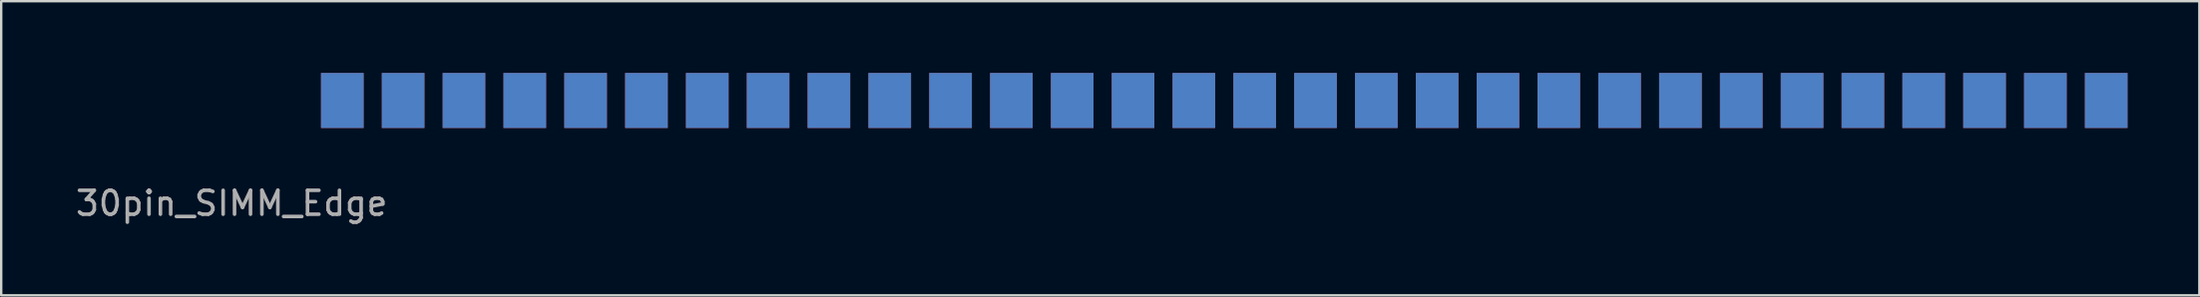
<source format=kicad_pcb>
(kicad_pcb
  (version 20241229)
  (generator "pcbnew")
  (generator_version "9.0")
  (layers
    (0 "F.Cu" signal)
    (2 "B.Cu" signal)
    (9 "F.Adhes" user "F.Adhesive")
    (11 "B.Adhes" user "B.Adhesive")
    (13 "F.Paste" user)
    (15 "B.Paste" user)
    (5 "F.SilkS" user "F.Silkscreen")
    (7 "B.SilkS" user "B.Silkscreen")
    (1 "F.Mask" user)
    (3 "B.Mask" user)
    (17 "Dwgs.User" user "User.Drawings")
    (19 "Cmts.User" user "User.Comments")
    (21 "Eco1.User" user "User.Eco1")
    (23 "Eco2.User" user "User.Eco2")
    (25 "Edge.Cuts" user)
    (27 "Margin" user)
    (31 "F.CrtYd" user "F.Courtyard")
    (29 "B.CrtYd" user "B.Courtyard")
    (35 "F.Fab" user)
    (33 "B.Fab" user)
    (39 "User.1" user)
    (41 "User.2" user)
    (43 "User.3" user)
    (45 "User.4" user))
  (footprint "30pin_SIMM_Edge"
    (layer "F.Cu")
    (at 3.625 2.45)
    (property "Reference" "30pin_SIMM_Edge" (at 3 3 0) (layer "F.Fab") (effects (font (size 1 1) (thickness 0.15))))
    (attr smd)
    (pad "1" connect rect (at 7.62 -1.3) (size 1.78 2.3) (layers "F.Cu" "F.Mask"))
    (pad "1" connect rect (at 7.62 -1.3) (size 1.78 2.3) (layers "B.Cu" "B.Mask"))
    (pad "2" connect rect (at 10.16 -1.3) (size 1.78 2.3) (layers "F.Cu" "F.Mask"))
    (pad "2" connect rect (at 10.16 -1.3) (size 1.78 2.3) (layers "B.Cu" "B.Mask"))
    (pad "3" connect rect (at 12.7 -1.3) (size 1.78 2.3) (layers "F.Cu" "F.Mask"))
    (pad "3" connect rect (at 12.7 -1.3) (size 1.78 2.3) (layers "B.Cu" "B.Mask"))
    (pad "4" connect rect (at 15.24 -1.3) (size 1.78 2.3) (layers "F.Cu" "F.Mask"))
    (pad "4" connect rect (at 15.24 -1.3) (size 1.78 2.3) (layers "B.Cu" "B.Mask"))
    (pad "5" connect rect (at 17.78 -1.3) (size 1.78 2.3) (layers "F.Cu" "F.Mask"))
    (pad "5" connect rect (at 17.78 -1.3) (size 1.78 2.3) (layers "B.Cu" "B.Mask"))
    (pad "6" connect rect (at 20.32 -1.3) (size 1.78 2.3) (layers "F.Cu" "F.Mask"))
    (pad "6" connect rect (at 20.32 -1.3) (size 1.78 2.3) (layers "B.Cu" "B.Mask"))
    (pad "7" connect rect (at 22.86 -1.3) (size 1.78 2.3) (layers "F.Cu" "F.Mask"))
    (pad "7" connect rect (at 22.86 -1.3) (size 1.78 2.3) (layers "B.Cu" "B.Mask"))
    (pad "8" connect rect (at 25.4 -1.3) (size 1.78 2.3) (layers "F.Cu" "F.Mask"))
    (pad "8" connect rect (at 25.4 -1.3) (size 1.78 2.3) (layers "B.Cu" "B.Mask"))
    (pad "9" connect rect (at 27.94 -1.3) (size 1.78 2.3) (layers "F.Cu" "F.Mask"))
    (pad "9" connect rect (at 27.94 -1.3) (size 1.78 2.3) (layers "B.Cu" "B.Mask"))
    (pad "10" connect rect (at 30.48 -1.3) (size 1.78 2.3) (layers "F.Cu" "F.Mask"))
    (pad "10" connect rect (at 30.48 -1.3) (size 1.78 2.3) (layers "B.Cu" "B.Mask"))
    (pad "11" connect rect (at 33.02 -1.3) (size 1.78 2.3) (layers "F.Cu" "F.Mask"))
    (pad "11" connect rect (at 33.02 -1.3) (size 1.78 2.3) (layers "B.Cu" "B.Mask"))
    (pad "12" connect rect (at 35.56 -1.3) (size 1.78 2.3) (layers "F.Cu" "F.Mask"))
    (pad "12" connect rect (at 35.56 -1.3) (size 1.78 2.3) (layers "B.Cu" "B.Mask"))
    (pad "13" connect rect (at 38.1 -1.3) (size 1.78 2.3) (layers "F.Cu" "F.Mask"))
    (pad "13" connect rect (at 38.1 -1.3) (size 1.78 2.3) (layers "B.Cu" "B.Mask"))
    (pad "14" connect rect (at 40.64 -1.3) (size 1.78 2.3) (layers "F.Cu" "F.Mask"))
    (pad "14" connect rect (at 40.64 -1.3) (size 1.78 2.3) (layers "B.Cu" "B.Mask"))
    (pad "15" connect rect (at 43.18 -1.3) (size 1.78 2.3) (layers "F.Cu" "F.Mask"))
    (pad "15" connect rect (at 43.18 -1.3) (size 1.78 2.3) (layers "B.Cu" "B.Mask"))
    (pad "16" connect rect (at 45.72 -1.3) (size 1.78 2.3) (layers "F.Cu" "F.Mask"))
    (pad "16" connect rect (at 45.72 -1.3) (size 1.78 2.3) (layers "B.Cu" "B.Mask"))
    (pad "17" connect rect (at 48.26 -1.3) (size 1.78 2.3) (layers "F.Cu" "F.Mask"))
    (pad "17" connect rect (at 48.26 -1.3) (size 1.78 2.3) (layers "B.Cu" "B.Mask"))
    (pad "18" connect rect (at 50.8 -1.3) (size 1.78 2.3) (layers "F.Cu" "F.Mask"))
    (pad "18" connect rect (at 50.8 -1.3) (size 1.78 2.3) (layers "B.Cu" "B.Mask"))
    (pad "19" connect rect (at 53.34 -1.3) (size 1.78 2.3) (layers "F.Cu" "F.Mask"))
    (pad "19" connect rect (at 53.34 -1.3) (size 1.78 2.3) (layers "B.Cu" "B.Mask"))
    (pad "20" connect rect (at 55.88 -1.3) (size 1.78 2.3) (layers "F.Cu" "F.Mask"))
    (pad "20" connect rect (at 55.88 -1.3) (size 1.78 2.3) (layers "B.Cu" "B.Mask"))
    (pad "21" connect rect (at 58.42 -1.3) (size 1.78 2.3) (layers "F.Cu" "F.Mask"))
    (pad "21" connect rect (at 58.42 -1.3) (size 1.78 2.3) (layers "B.Cu" "B.Mask"))
    (pad "22" connect rect (at 60.96 -1.3) (size 1.78 2.3) (layers "F.Cu" "F.Mask"))
    (pad "22" connect rect (at 60.96 -1.3) (size 1.78 2.3) (layers "B.Cu" "B.Mask"))
    (pad "23" connect rect (at 63.5 -1.3) (size 1.78 2.3) (layers "F.Cu" "F.Mask"))
    (pad "23" connect rect (at 63.5 -1.3) (size 1.78 2.3) (layers "B.Cu" "B.Mask"))
    (pad "24" connect rect (at 66.04 -1.3) (size 1.78 2.3) (layers "F.Cu" "F.Mask"))
    (pad "24" connect rect (at 66.04 -1.3) (size 1.78 2.3) (layers "B.Cu" "B.Mask"))
    (pad "25" connect rect (at 68.58 -1.3) (size 1.78 2.3) (layers "F.Cu" "F.Mask"))
    (pad "25" connect rect (at 68.58 -1.3) (size 1.78 2.3) (layers "B.Cu" "B.Mask"))
    (pad "26" connect rect (at 71.12 -1.3) (size 1.78 2.3) (layers "F.Cu" "F.Mask"))
    (pad "26" connect rect (at 71.12 -1.3) (size 1.78 2.3) (layers "B.Cu" "B.Mask"))
    (pad "27" connect rect (at 73.66 -1.3) (size 1.78 2.3) (layers "F.Cu" "F.Mask"))
    (pad "27" connect rect (at 73.66 -1.3) (size 1.78 2.3) (layers "B.Cu" "B.Mask"))
    (pad "28" connect rect (at 76.2 -1.3) (size 1.78 2.3) (layers "F.Cu" "F.Mask"))
    (pad "28" connect rect (at 76.2 -1.3) (size 1.78 2.3) (layers "B.Cu" "B.Mask"))
    (pad "29" connect rect (at 78.74 -1.3) (size 1.78 2.3) (layers "F.Cu" "F.Mask"))
    (pad "29" connect rect (at 78.74 -1.3) (size 1.78 2.3) (layers "B.Cu" "B.Mask"))
    (pad "30" connect rect (at 81.28 -1.3) (size 1.78 2.3) (layers "F.Cu" "F.Mask"))
    (pad "30" connect rect (at 81.28 -1.3) (size 1.78 2.3) (layers "B.Cu" "B.Mask")))
  (gr_rect
    (start -3 -3)
    (end 88.795 9.298)
    (stroke (width 0.1) (type default))
    (fill no)
    (layer "Edge.Cuts")))
</source>
